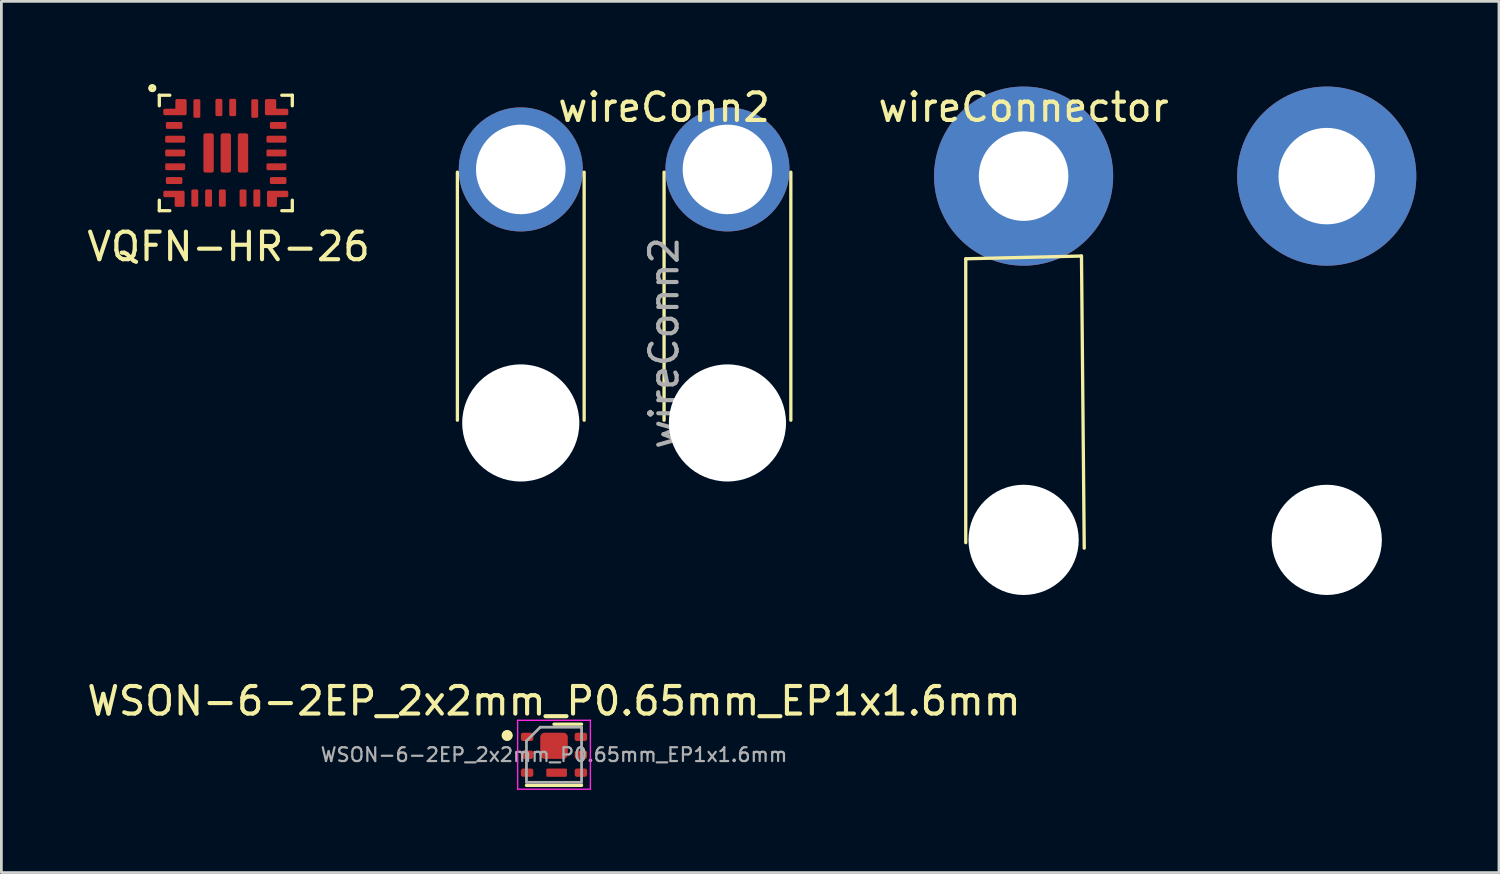
<source format=kicad_pcb>
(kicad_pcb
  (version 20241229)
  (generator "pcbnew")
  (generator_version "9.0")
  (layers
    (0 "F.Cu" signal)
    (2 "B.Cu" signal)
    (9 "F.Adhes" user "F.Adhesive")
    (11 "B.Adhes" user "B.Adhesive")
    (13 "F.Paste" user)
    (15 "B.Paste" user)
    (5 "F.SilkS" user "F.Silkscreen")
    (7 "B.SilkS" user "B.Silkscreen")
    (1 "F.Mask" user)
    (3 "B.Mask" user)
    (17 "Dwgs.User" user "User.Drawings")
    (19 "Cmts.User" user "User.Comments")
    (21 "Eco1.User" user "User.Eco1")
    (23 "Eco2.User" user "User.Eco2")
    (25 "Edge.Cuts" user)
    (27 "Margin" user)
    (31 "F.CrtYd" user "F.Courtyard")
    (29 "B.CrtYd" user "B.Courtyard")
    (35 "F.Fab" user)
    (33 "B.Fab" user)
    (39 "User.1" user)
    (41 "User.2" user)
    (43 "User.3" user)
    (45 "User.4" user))
  (footprint "wireConn2"
    (layer "F.Cu")
    (at 15.848 3.098)
    (property "Reference" "wireConn2" (at 5.2 -2.25 0) (layer "F.SilkS") (effects (font (size 1 1) (thickness 0.15))))
    (attr exclude_from_pos_files exclude_from_bom)
    (fp_line (start -2.3 0.1) (end -2.3 9.1) (stroke (width 0.12) (type solid)) (layer "F.SilkS"))
    (fp_line (start 2.3 0.1) (end 2.3 9.1) (stroke (width 0.12) (type solid)) (layer "F.SilkS"))
    (fp_line (start 5.2 0.1) (end 5.2 9.1) (stroke (width 0.12) (type solid)) (layer "F.SilkS"))
    (fp_line (start 9.8 0.1) (end 9.8 9.1) (stroke (width 0.12) (type solid)) (layer "F.SilkS"))
    (fp_circle (center 0 0) (end 1.05 0) (stroke (width 0.1) (type solid)) (fill no) (layer "F.Fab"))
    (fp_circle (center 0 9.2) (end 1.05 9.2) (stroke (width 0.1) (type solid)) (fill no) (layer "F.Fab"))
    (fp_circle (center 7.5 0) (end 8.55 0) (stroke (width 0.1) (type solid)) (fill no) (layer "F.Fab"))
    (fp_circle (center 7.5 9.2) (end 8.55 9.2) (stroke (width 0.1) (type solid)) (fill no) (layer "F.Fab"))
    (fp_text user "${REFERENCE}" (at 5.2 6.3 90) (layer "F.Fab") (effects (font (size 1 1) (thickness 0.15))))
    (pad "" np_thru_hole circle (at 0 9.2) (size 4.25 4.25) (drill 4.25) (layers "*.Cu" "*.Mask"))
    (pad "" np_thru_hole circle (at 7.5 9.2) (size 4.25 4.25) (drill 4.25) (layers "*.Cu" "*.Mask"))
    (pad "1" thru_hole circle (at 0 0) (size 4.5 4.5) (drill 3.25) (layers "*.Cu" "*.Mask"))
    (pad "2" thru_hole circle (at 7.5 0) (size 4.5 4.5) (drill 3.25) (layers "*.Cu" "*.Mask")))
  (footprint "WSON-6-2EP_2x2mm_P0.65mm_EP1x1.6mm"
    (layer "F.Cu")
    (at 17.054 24.339)
    (property "Reference" "WSON-6-2EP_2x2mm_P0.65mm_EP1x1.6mm" (at 0 -1.95 0) (layer "F.SilkS") (effects (font (size 1 1) (thickness 0.15))))
    (attr smd)
    (fp_line (start -1 1.11) (end 1 1.11) (stroke (width 0.12) (type solid)) (layer "F.SilkS"))
    (fp_line (start 0 -1.11) (end 1 -1.11) (stroke (width 0.12) (type solid)) (layer "F.SilkS"))
    (fp_circle (center -1.7 -0.7) (end -1.559 -0.7) (stroke (width 0.12) (type solid)) (fill no) (layer "F.SilkS"))
    (fp_poly (pts (xy -1.559 -0.7) (xy -1.7 -0.6) (xy -1.841 -0.7) (xy -1.8 -0.8) (xy -1.6 -0.8)) (stroke (width 0.1) (type solid)) (fill yes) (layer "F.SilkS"))
    (fp_line (start -1.32 -1.25) (end -1.32 1.25) (stroke (width 0.05) (type solid)) (layer "F.CrtYd"))
    (fp_line (start -1.32 1.25) (end 1.32 1.25) (stroke (width 0.05) (type solid)) (layer "F.CrtYd"))
    (fp_line (start 1.32 -1.25) (end -1.32 -1.25) (stroke (width 0.05) (type solid)) (layer "F.CrtYd"))
    (fp_line (start 1.32 1.25) (end 1.32 -1.25) (stroke (width 0.05) (type solid)) (layer "F.CrtYd"))
    (fp_line (start -1 -0.5) (end -0.5 -1) (stroke (width 0.1) (type solid)) (layer "F.Fab"))
    (fp_line (start -1 1) (end -1 -0.5) (stroke (width 0.1) (type solid)) (layer "F.Fab"))
    (fp_line (start -0.5 -1) (end 1 -1) (stroke (width 0.1) (type solid)) (layer "F.Fab"))
    (fp_line (start 1 -1) (end 1 1) (stroke (width 0.1) (type solid)) (layer "F.Fab"))
    (fp_line (start 1 1) (end -1 1) (stroke (width 0.1) (type solid)) (layer "F.Fab"))
    (fp_text user "${REFERENCE}" (at 0 0 0) (layer "F.Fab") (effects (font (size 0.5 0.5) (thickness 0.08))))
    (pad "1" smd roundrect (at -0.975 -0.65) (size 0.45 0.3) (layers "F.Cu" "F.Mask" "F.Paste") (roundrect_rratio 0.25))
    (pad "2" smd roundrect (at -0.975 0) (size 0.45 0.3) (layers "F.Cu" "F.Mask" "F.Paste") (roundrect_rratio 0.25))
    (pad "3" smd roundrect (at -0.975 0.65) (size 0.45 0.3) (layers "F.Cu" "F.Mask" "F.Paste") (roundrect_rratio 0.25))
    (pad "4" smd roundrect (at 0.975 0.65) (size 0.45 0.3) (layers "F.Cu" "F.Mask" "F.Paste") (roundrect_rratio 0.25))
    (pad "5" smd roundrect (at 0.975 0) (size 0.45 0.3) (layers "F.Cu" "F.Mask" "F.Paste") (roundrect_rratio 0.25))
    (pad "6" smd roundrect (at 0.975 -0.65) (size 0.45 0.3) (layers "F.Cu" "F.Mask" "F.Paste") (roundrect_rratio 0.25))
    (pad "7" smd roundrect (at 0.095 0.65) (size 0.75 0.3) (layers "F.Cu" "F.Mask") (roundrect_rratio 0.167))
    (pad "8" smd roundrect (at 0 -0.325) (size 1 0.95) (layers "F.Cu" "F.Mask") (roundrect_rratio 0.167)))
  (footprint "VQFN-HR-26"
    (layer "F.Cu")
    (at 5.144 2.501)
    (property "Reference" "VQFN-HR-26" (at 0.1 3.4 0) (layer "F.SilkS") (effects (font (size 1 1) (thickness 0.15))))
    (attr through_hole)
    (fp_line (start -2.413 -2.095) (end -2.413 -1.714) (stroke (width 0.12) (type solid)) (layer "F.SilkS"))
    (fp_line (start -2.413 1.714) (end -2.413 2.095) (stroke (width 0.12) (type solid)) (layer "F.SilkS"))
    (fp_line (start -2.413 2.095) (end -2.032 2.095) (stroke (width 0.12) (type solid)) (layer "F.SilkS"))
    (fp_line (start -2.032 -2.095) (end -2.413 -2.095) (stroke (width 0.12) (type solid)) (layer "F.SilkS"))
    (fp_line (start 2.032 2.095) (end 2.413 2.095) (stroke (width 0.12) (type solid)) (layer "F.SilkS"))
    (fp_line (start 2.413 -2.095) (end 2.032 -2.095) (stroke (width 0.12) (type solid)) (layer "F.SilkS"))
    (fp_line (start 2.413 -1.714) (end 2.413 -2.095) (stroke (width 0.12) (type solid)) (layer "F.SilkS"))
    (fp_line (start 2.413 2.095) (end 2.413 1.714) (stroke (width 0.12) (type solid)) (layer "F.SilkS"))
    (fp_circle (center -2.667 -2.352) (end -2.654 -2.349) (stroke (width 0.12) (type solid)) (fill no) (layer "F.SilkS"))
    (fp_circle (center -2.667 -2.352) (end -2.578 -2.352) (stroke (width 0.12) (type solid)) (fill no) (layer "F.SilkS"))
    (pad "1" smd custom (at -1.613 -1.664) (size 0.3 0.3) (layers "F.Cu" "F.Mask" "F.Paste") (options (anchor rect)) (primitives (gr_arc (start 0.1879 0.2387) (mid 0.173255 0.274055) (end 0.1379 0.2887) (width 0.01)) (gr_line (start 0.138 0.289) (end -0.6 0.289) (width 0.01)) (gr_line (start -0.6 0.064) (end -0.212 0.064) (width 0.01)) (gr_arc (start -0.6496 0.1137) (mid -0.634955 0.078345) (end -0.5996 0.0637) (width 0.01)) (gr_line (start -0.212 0.064) (end -0.212 -0.236) (width 0.01)) (gr_line (start -0.162 -0.286) (end 0.138 -0.286) (width 0.01)) (gr_arc (start -0.5996 0.2887) (mid -0.634955 0.274055) (end -0.6496 0.2387) (width 0.01)) (gr_line (start 0.188 -0.236) (end 0.188 0.239) (width 0.01)) (gr_line (start -0.65 0.239) (end -0.65 0.114) (width 0.01)) (gr_arc (start -0.2121 -0.236298) (mid -0.197456 -0.271654) (end -0.1621 -0.2863) (width 0.01)) (gr_arc (start 0.137899 -0.286299) (mid 0.173255 -0.271655) (end 0.1879 -0.2363) (width 0.01)) (gr_poly (pts (xy 0.137 -0.284) (xy 0.163 -0.277) (xy 0.18 -0.259) (xy 0.183 -0.249) (xy 0.185 0.246) (xy 0.178 0.269) (xy 0.16 0.284) (xy 0.137 0.29) (xy -0.602 0.29) (xy -0.632 0.274) (xy -0.648 0.244) (xy -0.648 0.107) (xy -0.632 0.074) (xy -0.589 0.064) (xy -0.213 0.066) (xy -0.211 -0.224) (xy -0.208 -0.231) (xy -0.206 -0.249) (xy -0.198 -0.269) (xy -0.168 -0.287)) (width 0.001) (fill yes))))
    (pad "2" smd roundrect (at -1.875 -1) (size 0.6 0.25) (layers "F.Cu" "F.Mask" "F.Paste") (roundrect_rratio 0.2))
    (pad "3" smd roundrect (at -1.837 -0.5) (size 0.725 0.25) (layers "F.Cu" "F.Mask" "F.Paste") (roundrect_rratio 0.2))
    (pad "4" smd roundrect (at -1.837 0) (size 0.725 0.25) (layers "F.Cu" "F.Mask" "F.Paste") (roundrect_rratio 0.2))
    (pad "5" smd roundrect (at -1.837 0.5) (size 0.725 0.25) (layers "F.Cu" "F.Mask" "F.Paste") (roundrect_rratio 0.2))
    (pad "6" smd roundrect (at -1.875 1) (size 0.6 0.25) (layers "F.Cu" "F.Mask" "F.Paste") (roundrect_rratio 0.2))
    (pad "7" smd custom (at -1.676 1.57) (size 0.3 0.3) (layers "F.Cu" "F.Mask" "F.Paste") (options (anchor rect)) (primitives (gr_line (start -0.586 -0.145) (end -0.586 -0.02) (width 0.01)) (gr_line (start -0.536 0.03) (end -0.174 0.03) (width 0.01)) (gr_arc (start 0.176401 0.330299) (mid 0.161756 0.365655) (end 0.1264 0.3803) (width 0.01)) (gr_line (start -0.124 0.38) (end 0.126 0.38) (width 0.01)) (gr_arc (start 0.1264 -0.19472) (mid 0.161755 -0.180075) (end 0.1764 -0.14472) (width 0.01)) (gr_arc (start -0.5361 0.03028) (mid -0.571455 0.015635) (end -0.5861 -0.01972) (width 0.01)) (gr_arc (start -0.123599 0.380299) (mid -0.158955 0.365655) (end -0.1736 0.3303) (width 0.01)) (gr_line (start 0.176 0.33) (end 0.176 -0.145) (width 0.01)) (gr_line (start 0.126 -0.195) (end -0.536 -0.195) (width 0.01)) (gr_line (start -0.174 0.03) (end -0.174 0.33) (width 0.01)) (gr_arc (start -0.5861 -0.14472) (mid -0.571455 -0.180075) (end -0.5361 -0.19472) (width 0.01)) (gr_poly (pts (xy 0.137 -0.191) (xy 0.165 -0.175) (xy 0.173 -0.147) (xy 0.173 0.335) (xy 0.168 0.361) (xy 0.132 0.378) (xy -0.13 0.381) (xy -0.163 0.361) (xy -0.17 0.335) (xy -0.175 0.03) (xy -0.533 0.03) (xy -0.569 0.018) (xy -0.584 -0.013) (xy -0.584 -0.155) (xy -0.566 -0.183) (xy -0.538 -0.193) (xy 0.13 -0.193)) (width 0.001) (fill yes))))
    (pad "8" smd roundrect (at -1.125 1.637) (size 0.25 0.625) (layers "F.Cu" "F.Mask" "F.Paste") (roundrect_rratio 0.2))
    (pad "9" smd roundrect (at -0.625 1.637) (size 0.25 0.625) (layers "F.Cu" "F.Mask" "F.Paste") (roundrect_rratio 0.2))
    (pad "10" smd roundrect (at -0.125 1.637) (size 0.25 0.625) (layers "F.Cu" "F.Mask" "F.Paste") (roundrect_rratio 0.2))
    (pad "11" smd roundrect (at 0.625 1.637) (size 0.25 0.625) (layers "F.Cu" "F.Mask" "F.Paste") (roundrect_rratio 0.2))
    (pad "12" smd roundrect (at 1.125 1.637) (size 0.25 0.625) (layers "F.Cu" "F.Mask" "F.Paste") (roundrect_rratio 0.2))
    (pad "13" smd custom (at 1.681 1.554) (size 0.3 0.3) (layers "F.Cu" "F.Mask" "F.Paste") (options (anchor rect)) (primitives (gr_line (start 0.531 0.046) (end 0.169 0.046) (width 0.01)) (gr_line (start -0.181 0.346) (end -0.181 -0.129) (width 0.01)) (gr_arc (start 0.168521 0.345539) (mid 0.153876 0.380895) (end 0.11852 0.39554) (width 0.01)) (gr_line (start 0.119 0.396) (end -0.131 0.396) (width 0.01)) (gr_line (start 0.169 0.046) (end 0.169 0.346) (width 0.01)) (gr_line (start 0.581 -0.129) (end 0.581 -0.004) (width 0.01)) (gr_arc (start -0.18148 -0.12948) (mid -0.166835 -0.164835) (end -0.13148 -0.17948) (width 0.01)) (gr_arc (start -0.131479 0.395539) (mid -0.166835 0.380895) (end -0.18148 0.34554) (width 0.01)) (gr_line (start -0.131 -0.179) (end 0.531 -0.179) (width 0.01)) (gr_arc (start 0.58102 -0.00448) (mid 0.566375 0.030875) (end 0.53102 0.04552) (width 0.01)) (gr_arc (start 0.53102 -0.17948) (mid 0.566375 -0.164835) (end 0.58102 -0.12948) (width 0.01)) (gr_poly (pts (xy 0.566 -0.16) (xy 0.579 -0.14) (xy 0.579 0.008) (xy 0.561 0.033) (xy 0.533 0.043) (xy 0.168 0.046) (xy 0.165 0.358) (xy 0.152 0.378) (xy 0.127 0.394) (xy -0.135 0.396) (xy -0.168 0.381) (xy -0.18 0.351) (xy -0.18 -0.124) (xy -0.175 -0.147) (xy -0.163 -0.165) (xy -0.142 -0.178) (xy 0.544 -0.178)) (width 0.001) (fill yes))))
    (pad "14" smd roundrect (at 1.9 1) (size 0.6 0.25) (layers "F.Cu" "F.Mask" "F.Paste") (roundrect_rratio 0.2))
    (pad "15" smd roundrect (at 1.837 0.5) (size 0.725 0.25) (layers "F.Cu" "F.Mask" "F.Paste") (roundrect_rratio 0.2))
    (pad "16" smd roundrect (at 1.837 0) (size 0.725 0.25) (layers "F.Cu" "F.Mask" "F.Paste") (roundrect_rratio 0.2))
    (pad "17" smd roundrect (at 1.837 -0.5) (size 0.725 0.25) (layers "F.Cu" "F.Mask" "F.Paste") (roundrect_rratio 0.2))
    (pad "18" smd roundrect (at 1.9 -1) (size 0.6 0.25) (layers "F.Cu" "F.Mask" "F.Paste") (roundrect_rratio 0.2))
    (pad "19" smd custom (at 1.636 -1.572) (size 0.3 0.3) (layers "F.Cu" "F.Mask" "F.Paste") (options (anchor rect)) (primitives (gr_line (start 0.139 -0.378) (end -0.161 -0.378) (width 0.01)) (gr_arc (start -0.16076 0.19726) (mid -0.196115 0.182615) (end -0.21076 0.14726) (width 0.01)) (gr_line (start -0.211 -0.328) (end -0.211 0.147) (width 0.01)) (gr_line (start 0.577 -0.028) (end 0.189 -0.028) (width 0.01)) (gr_line (start 0.627 0.147) (end 0.627 0.022) (width 0.01)) (gr_arc (start 0.139238 -0.37774) (mid 0.174594 -0.363096) (end 0.18924 -0.32774) (width 0.01)) (gr_arc (start -0.210761 -0.327739) (mid -0.196116 -0.363095) (end -0.16076 -0.37774) (width 0.01)) (gr_line (start -0.161 0.197) (end 0.577 0.197) (width 0.01)) (gr_arc (start 0.62674 0.14726) (mid 0.612095 0.182615) (end 0.57674 0.19726) (width 0.01)) (gr_arc (start 0.57674 -0.02774) (mid 0.612095 -0.013095) (end 0.62674 0.02226) (width 0.01)) (gr_line (start 0.189 -0.028) (end 0.189 -0.328) (width 0.01)) (gr_poly (pts (xy 0.175 -0.363) (xy 0.188 -0.333) (xy 0.191 -0.025) (xy 0.574 -0.025) (xy 0.592 -0.023) (xy 0.617 -0.005) (xy 0.625 0.023) (xy 0.625 0.15) (xy 0.617 0.175) (xy 0.597 0.191) (xy 0.577 0.193) (xy -0.16 0.196) (xy -0.185 0.191) (xy -0.203 0.17) (xy -0.208 0.142) (xy -0.208 0.104) (xy -0.211 -0.333) (xy -0.196 -0.361) (xy -0.168 -0.376) (xy 0.147 -0.376)) (width 0.001) (fill yes))))
    (pad "20" smd roundrect (at 1.05 -1.613) (size 0.25 0.675) (layers "F.Cu" "F.Mask" "F.Paste") (roundrect_rratio 0.2))
    (pad "21" smd roundrect (at 0.25 -1.65) (size 0.25 0.625) (layers "F.Cu" "F.Mask" "F.Paste") (roundrect_rratio 0.2))
    (pad "22" smd roundrect (at -0.25 -1.65) (size 0.25 0.625) (layers "F.Cu" "F.Mask" "F.Paste") (roundrect_rratio 0.2))
    (pad "23" smd roundrect (at -1.05 -1.613) (size 0.25 0.675) (layers "F.Cu" "F.Mask" "F.Paste") (roundrect_rratio 0.2))
    (pad "24" smd roundrect (at -0.625 0) (size 0.375 1.425) (layers "F.Cu" "F.Mask" "F.Paste") (roundrect_rratio 0.2))
    (pad "25" smd roundrect (at 0 0) (size 0.375 1.425) (layers "F.Cu" "F.Mask" "F.Paste") (roundrect_rratio 0.2))
    (pad "26" smd roundrect (at 0.625 0) (size 0.375 1.425) (layers "F.Cu" "F.Mask" "F.Paste") (roundrect_rratio 0.2)))
  (footprint "wireConnector"
    (layer "F.Cu")
    (at 36.095 1.241)
    (property "Reference" "wireConnector" (at -2 -0.393 0) (layer "F.SilkS") (effects (font (size 1 1) (thickness 0.15))))
    (attr through_hole)
    (fp_line (start -4.1 5.1) (end 0.1 5) (stroke (width 0.12) (type solid)) (layer "F.SilkS"))
    (fp_line (start -4.1 15.4) (end -4.1 5.1) (stroke (width 0.12) (type solid)) (layer "F.SilkS"))
    (fp_line (start 0.1 5) (end 0.2 15.6) (stroke (width 0.12) (type solid)) (layer "F.SilkS"))
    (pad "" np_thru_hole circle (at -2 15.3) (size 4 4) (drill 4) (layers "*.Cu" "*.Mask"))
    (pad "" np_thru_hole circle (at 9 15.3) (size 4 4) (drill 4) (layers "*.Cu" "*.Mask"))
    (pad "1" thru_hole circle (at -2 2.1) (size 6.5 6.5) (drill 3.25) (layers "*.Cu" "*.Mask"))
    (pad "2" thru_hole circle (at 9 2.1) (size 6.5 6.5) (drill 3.5) (layers "*.Cu" "*.Mask")))
  (gr_rect
    (start -3 -3)
    (end 51.345 28.614)
    (stroke (width 0.1) (type default))
    (fill no)
    (layer "Edge.Cuts")))
</source>
